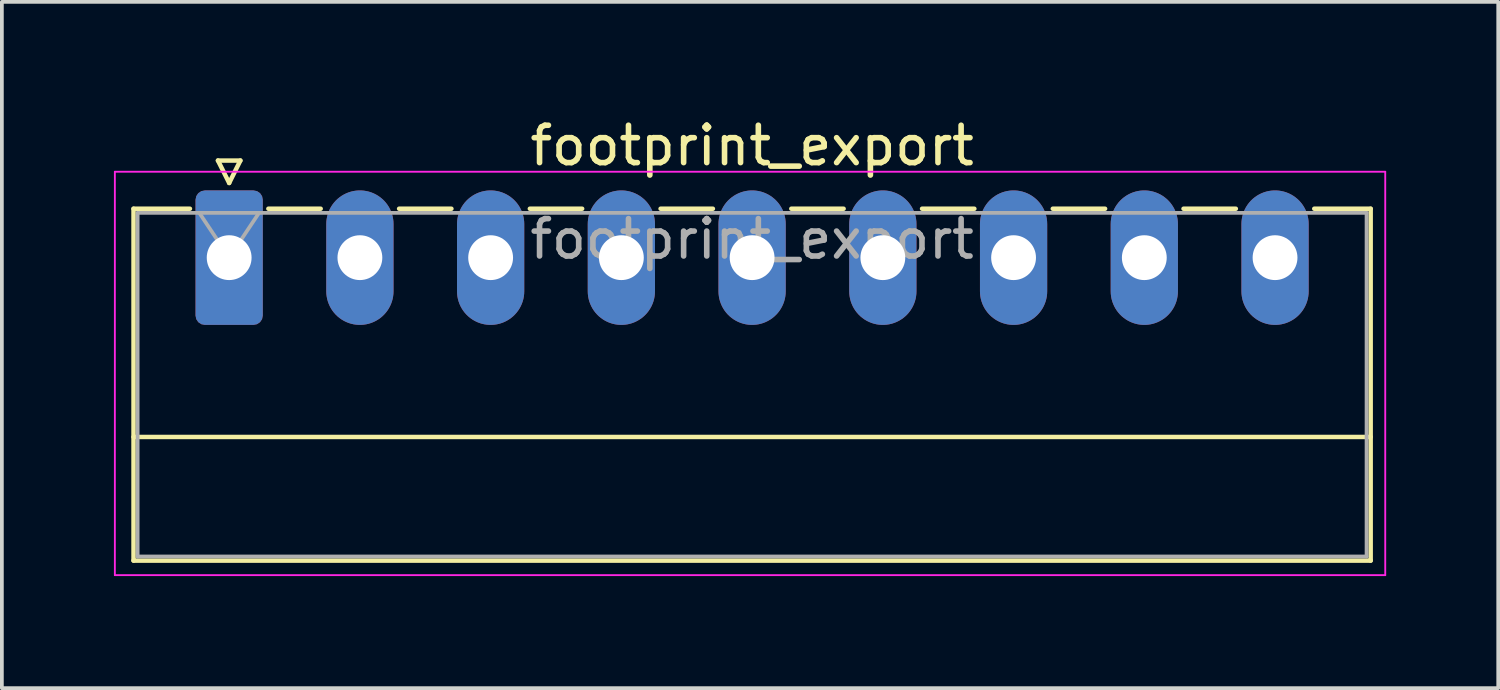
<source format=kicad_pcb>
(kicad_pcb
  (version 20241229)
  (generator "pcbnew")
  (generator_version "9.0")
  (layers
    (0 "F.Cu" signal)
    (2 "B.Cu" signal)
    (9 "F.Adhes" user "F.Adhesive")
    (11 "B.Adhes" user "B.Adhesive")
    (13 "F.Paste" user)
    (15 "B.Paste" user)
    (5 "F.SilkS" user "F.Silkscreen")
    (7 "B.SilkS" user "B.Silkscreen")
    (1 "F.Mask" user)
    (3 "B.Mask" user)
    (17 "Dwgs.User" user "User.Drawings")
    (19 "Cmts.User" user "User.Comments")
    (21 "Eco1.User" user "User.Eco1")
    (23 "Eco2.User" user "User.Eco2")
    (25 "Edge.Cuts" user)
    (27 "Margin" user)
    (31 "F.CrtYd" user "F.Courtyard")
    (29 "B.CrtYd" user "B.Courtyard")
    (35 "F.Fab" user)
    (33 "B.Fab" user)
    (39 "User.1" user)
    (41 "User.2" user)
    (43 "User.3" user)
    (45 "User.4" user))
  (footprint "footprint_export"
    (layer "F.Cu")
    (at 3.085 3.848)
    (property "Reference" "footprint_export" (at 14 -3 0) (layer "F.SilkS") (effects (font (size 1 1) (thickness 0.15))))
    (attr through_hole)
    (fp_line (start -2.56 -1.31) (end -2.56 8.11) (stroke (width 0.12) (type solid)) (layer "F.SilkS"))
    (fp_line (start -2.56 -1.31) (end -1.05 -1.31) (stroke (width 0.12) (type solid)) (layer "F.SilkS"))
    (fp_line (start -2.56 4.8) (end 30.56 4.8) (stroke (width 0.12) (type solid)) (layer "F.SilkS"))
    (fp_line (start -2.56 8.11) (end 30.56 8.11) (stroke (width 0.12) (type solid)) (layer "F.SilkS"))
    (fp_line (start -0.3 -2.6) (end 0.3 -2.6) (stroke (width 0.12) (type solid)) (layer "F.SilkS"))
    (fp_line (start 0 -2) (end -0.3 -2.6) (stroke (width 0.12) (type solid)) (layer "F.SilkS"))
    (fp_line (start 0.3 -2.6) (end 0 -2) (stroke (width 0.12) (type solid)) (layer "F.SilkS"))
    (fp_line (start 1.05 -1.31) (end 2.45 -1.31) (stroke (width 0.12) (type solid)) (layer "F.SilkS"))
    (fp_line (start 4.55 -1.31) (end 5.95 -1.31) (stroke (width 0.12) (type solid)) (layer "F.SilkS"))
    (fp_line (start 8.05 -1.31) (end 9.45 -1.31) (stroke (width 0.12) (type solid)) (layer "F.SilkS"))
    (fp_line (start 11.55 -1.31) (end 12.95 -1.31) (stroke (width 0.12) (type solid)) (layer "F.SilkS"))
    (fp_line (start 15.05 -1.31) (end 16.45 -1.31) (stroke (width 0.12) (type solid)) (layer "F.SilkS"))
    (fp_line (start 18.55 -1.31) (end 19.95 -1.31) (stroke (width 0.12) (type solid)) (layer "F.SilkS"))
    (fp_line (start 22.05 -1.31) (end 23.45 -1.31) (stroke (width 0.12) (type solid)) (layer "F.SilkS"))
    (fp_line (start 25.55 -1.31) (end 26.95 -1.31) (stroke (width 0.12) (type solid)) (layer "F.SilkS"))
    (fp_line (start 30.56 -1.31) (end 29.05 -1.31) (stroke (width 0.12) (type solid)) (layer "F.SilkS"))
    (fp_line (start 30.56 8.11) (end 30.56 -1.31) (stroke (width 0.12) (type solid)) (layer "F.SilkS"))
    (fp_line (start -3.06 -2.3) (end -3.06 8.5) (stroke (width 0.05) (type solid)) (layer "F.CrtYd"))
    (fp_line (start -3.06 8.5) (end 30.95 8.5) (stroke (width 0.05) (type solid)) (layer "F.CrtYd"))
    (fp_line (start 30.95 -2.3) (end -3.06 -2.3) (stroke (width 0.05) (type solid)) (layer "F.CrtYd"))
    (fp_line (start 30.95 8.5) (end 30.95 -2.3) (stroke (width 0.05) (type solid)) (layer "F.CrtYd"))
    (fp_line (start -2.45 -1.2) (end -2.45 8) (stroke (width 0.1) (type solid)) (layer "F.Fab"))
    (fp_line (start -2.45 8) (end 30.45 8) (stroke (width 0.1) (type solid)) (layer "F.Fab"))
    (fp_line (start 0 0) (end -0.8 -1.2) (stroke (width 0.1) (type solid)) (layer "F.Fab"))
    (fp_line (start 0.8 -1.2) (end 0 0) (stroke (width 0.1) (type solid)) (layer "F.Fab"))
    (fp_line (start 30.45 -1.2) (end -2.45 -1.2) (stroke (width 0.1) (type solid)) (layer "F.Fab"))
    (fp_line (start 30.45 8) (end 30.45 -1.2) (stroke (width 0.1) (type solid)) (layer "F.Fab"))
    (fp_text user "${REFERENCE}" (at 14 -0.5 0) (layer "F.Fab") (effects (font (size 1 1) (thickness 0.15))))
    (pad "1" thru_hole roundrect (at 0 0) (size 1.8 3.6) (drill 1.2) (layers "*.Cu" "*.Mask") (roundrect_rratio 0.139))
    (pad "2" thru_hole oval (at 3.5 0) (size 1.8 3.6) (drill 1.2) (layers "*.Cu" "*.Mask"))
    (pad "3" thru_hole oval (at 7 0) (size 1.8 3.6) (drill 1.2) (layers "*.Cu" "*.Mask"))
    (pad "4" thru_hole oval (at 10.5 0) (size 1.8 3.6) (drill 1.2) (layers "*.Cu" "*.Mask"))
    (pad "5" thru_hole oval (at 14 0) (size 1.8 3.6) (drill 1.2) (layers "*.Cu" "*.Mask"))
    (pad "6" thru_hole oval (at 17.5 0) (size 1.8 3.6) (drill 1.2) (layers "*.Cu" "*.Mask"))
    (pad "7" thru_hole oval (at 21 0) (size 1.8 3.6) (drill 1.2) (layers "*.Cu" "*.Mask"))
    (pad "8" thru_hole oval (at 24.5 0) (size 1.8 3.6) (drill 1.2) (layers "*.Cu" "*.Mask"))
    (pad "9" thru_hole oval (at 28 0) (size 1.8 3.6) (drill 1.2) (layers "*.Cu" "*.Mask")))
  (gr_rect
    (start -3 -3)
    (end 37.06 15.373)
    (stroke (width 0.1) (type default))
    (fill no)
    (layer "Edge.Cuts")))
</source>
